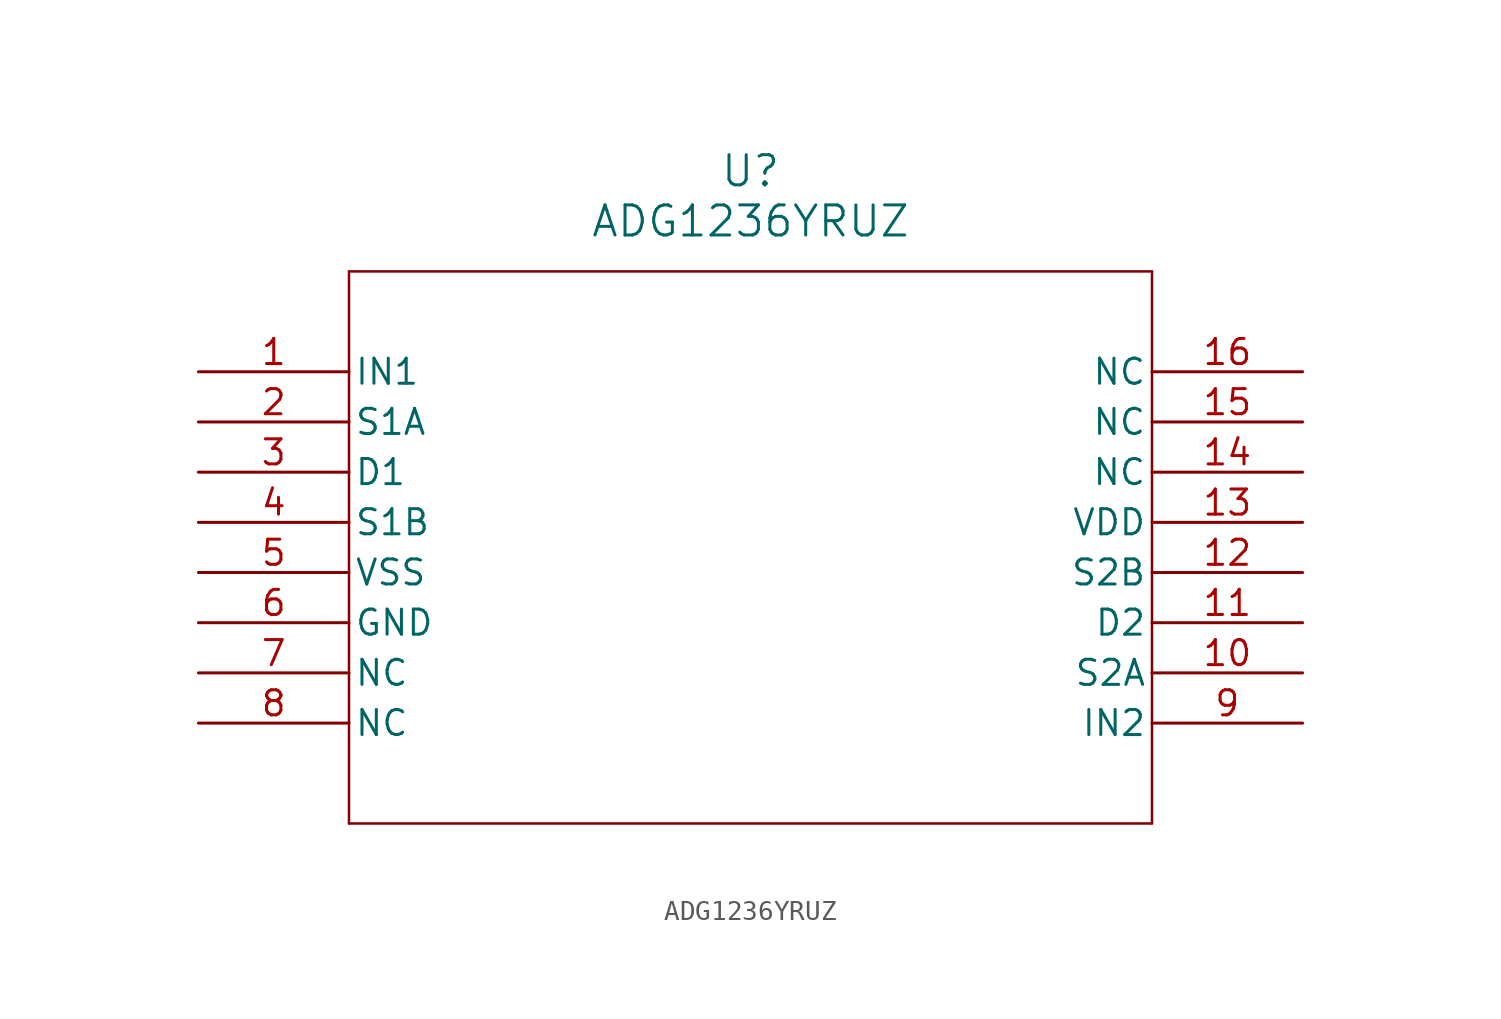
<source format=kicad_sym>
(kicad_symbol_lib
  (version 20211014)
  (generator kicad_symbol_editor)
  (symbol "ADG1236YRUZ"
    (pin_names
      (offset 0.254))
    (property "Reference" "U"
      (at 27.94 10.16 0)
      (effects (font (size 1.524 1.524))))
    (property "Value" "ADG1236YRUZ"
      (at 27.94 7.62 0)
      (effects (font (size 1.524 1.524))))
    (symbol "ADG1236YRUZ_0_1"
      (polyline (pts (xy 7.62 5.08) (xy 7.62 -22.86)) (stroke (width 0.127) (type default) (color 0 0 0 0)) (fill (type none)))
      (polyline (pts (xy 7.62 -22.86) (xy 48.26 -22.86)) (stroke (width 0.127) (type default) (color 0 0 0 0)) (fill (type none)))
      (polyline (pts (xy 48.26 -22.86) (xy 48.26 5.08)) (stroke (width 0.127) (type default) (color 0 0 0 0)) (fill (type none)))
      (polyline (pts (xy 48.26 5.08) (xy 7.62 5.08)) (stroke (width 0.127) (type default) (color 0 0 0 0)) (fill (type none)))
      (pin unspecified line (at 0 0 0) (length 7.62) (name "IN1" (effects (font (size 1.27 1.27)))) (number "1" (effects (font (size 1.27 1.27)))))
      (pin unspecified line (at 0 -2.54 0) (length 7.62) (name "S1A" (effects (font (size 1.27 1.27)))) (number "2" (effects (font (size 1.27 1.27)))))
      (pin unspecified line (at 0 -5.08 0) (length 7.62) (name "D1" (effects (font (size 1.27 1.27)))) (number "3" (effects (font (size 1.27 1.27)))))
      (pin unspecified line (at 0 -7.62 0) (length 7.62) (name "S1B" (effects (font (size 1.27 1.27)))) (number "4" (effects (font (size 1.27 1.27)))))
      (pin power_in line (at 0 -10.16 0) (length 7.62) (name "VSS" (effects (font (size 1.27 1.27)))) (number "5" (effects (font (size 1.27 1.27)))))
      (pin unspecified line (at 0 -12.7 0) (length 7.62) (name "GND" (effects (font (size 1.27 1.27)))) (number "6" (effects (font (size 1.27 1.27)))))
      (pin unspecified line (at 0 -15.24 0) (length 7.62) (name "NC" (effects (font (size 1.27 1.27)))) (number "7" (effects (font (size 1.27 1.27)))))
      (pin unspecified line (at 0 -17.78 0) (length 7.62) (name "NC" (effects (font (size 1.27 1.27)))) (number "8" (effects (font (size 1.27 1.27)))))
      (pin unspecified line (at 55.88 -17.78 180) (length 7.62) (name "IN2" (effects (font (size 1.27 1.27)))) (number "9" (effects (font (size 1.27 1.27)))))
      (pin unspecified line (at 55.88 -15.24 180) (length 7.62) (name "S2A" (effects (font (size 1.27 1.27)))) (number "10" (effects (font (size 1.27 1.27)))))
      (pin unspecified line (at 55.88 -12.7 180) (length 7.62) (name "D2" (effects (font (size 1.27 1.27)))) (number "11" (effects (font (size 1.27 1.27)))))
      (pin unspecified line (at 55.88 -10.16 180) (length 7.62) (name "S2B" (effects (font (size 1.27 1.27)))) (number "12" (effects (font (size 1.27 1.27)))))
      (pin power_in line (at 55.88 -7.62 180) (length 7.62) (name "VDD" (effects (font (size 1.27 1.27)))) (number "13" (effects (font (size 1.27 1.27)))))
      (pin unspecified line (at 55.88 -5.08 180) (length 7.62) (name "NC" (effects (font (size 1.27 1.27)))) (number "14" (effects (font (size 1.27 1.27)))))
      (pin unspecified line (at 55.88 -2.54 180) (length 7.62) (name "NC" (effects (font (size 1.27 1.27)))) (number "15" (effects (font (size 1.27 1.27)))))
      (pin unspecified line (at 55.88 0 180) (length 7.62) (name "NC" (effects (font (size 1.27 1.27)))) (number "16" (effects (font (size 1.27 1.27))))))))
</source>
